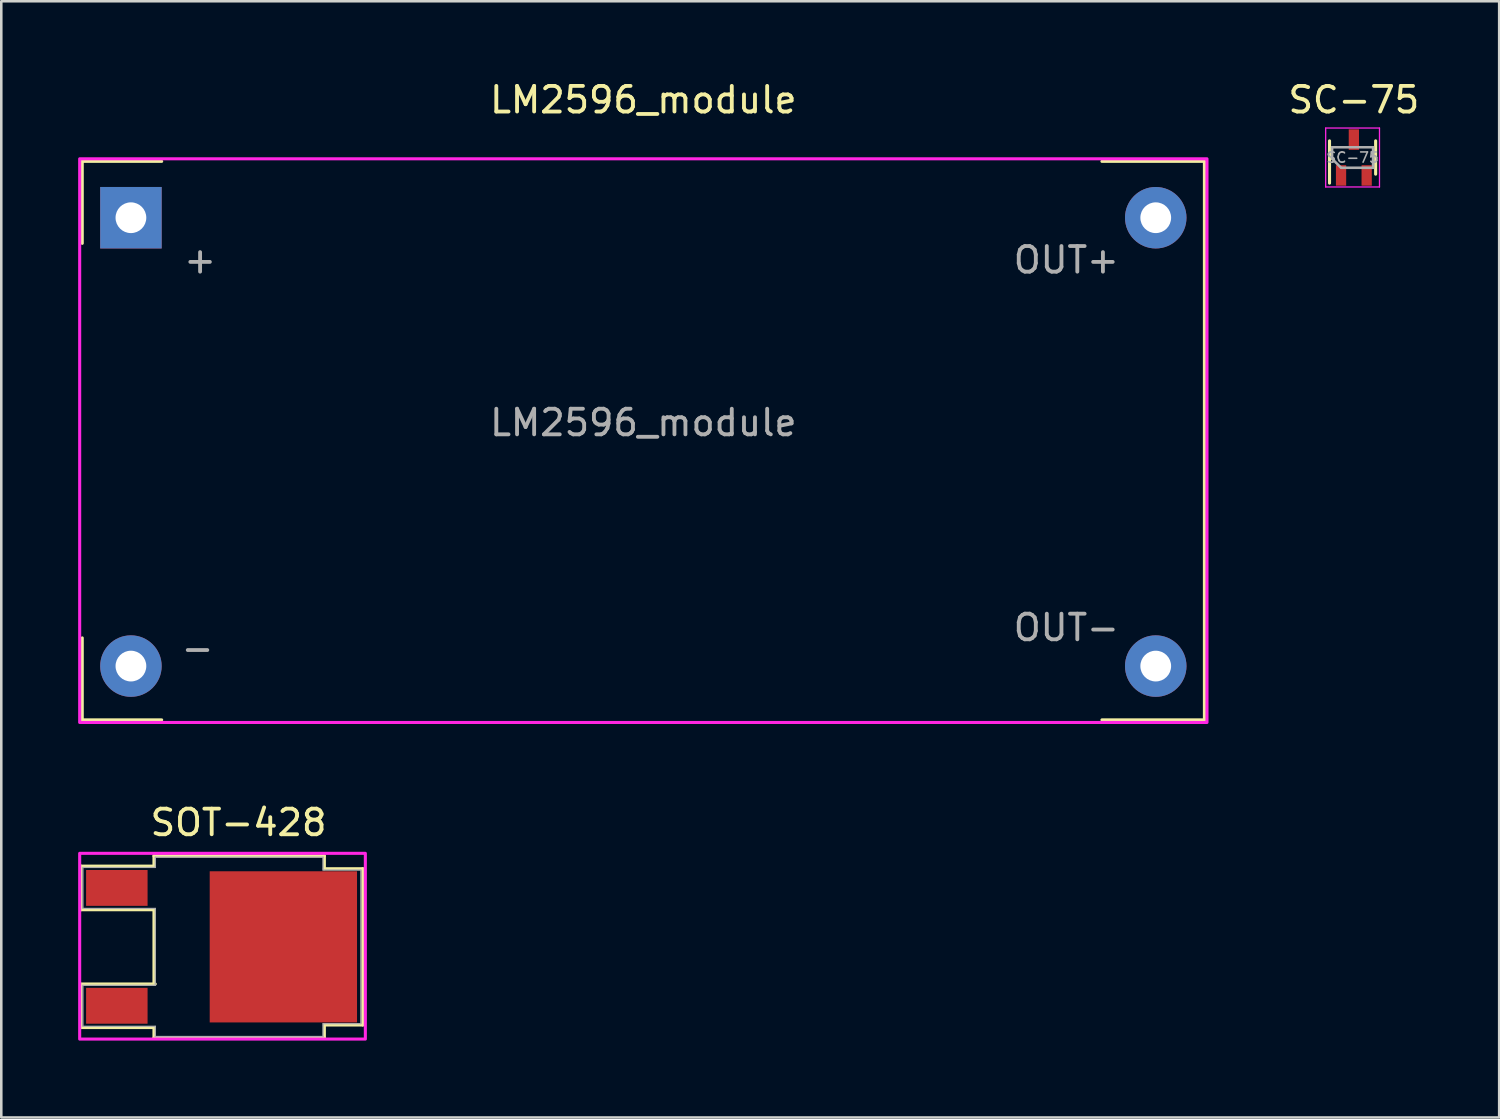
<source format=kicad_pcb>
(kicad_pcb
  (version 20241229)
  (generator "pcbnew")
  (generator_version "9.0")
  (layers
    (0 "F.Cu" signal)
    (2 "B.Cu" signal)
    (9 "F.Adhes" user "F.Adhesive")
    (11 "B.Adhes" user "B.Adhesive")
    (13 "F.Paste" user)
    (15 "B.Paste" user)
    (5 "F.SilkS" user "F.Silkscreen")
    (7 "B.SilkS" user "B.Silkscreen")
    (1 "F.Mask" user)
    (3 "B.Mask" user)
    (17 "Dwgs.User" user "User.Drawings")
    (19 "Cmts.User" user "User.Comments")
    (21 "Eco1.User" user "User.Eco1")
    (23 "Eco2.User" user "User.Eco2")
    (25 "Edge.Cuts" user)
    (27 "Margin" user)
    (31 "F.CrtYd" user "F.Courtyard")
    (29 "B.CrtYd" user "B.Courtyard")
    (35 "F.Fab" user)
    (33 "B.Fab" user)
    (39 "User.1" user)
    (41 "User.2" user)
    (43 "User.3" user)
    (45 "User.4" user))
  (footprint "LM2596_module"
    (layer "F.Cu")
    (at 22.06 13.448)
    (property "Reference" "LM2596_module" (at 0 -12.6 0) (unlocked yes) (layer "F.SilkS") (effects (font (size 1 1) (thickness 0.15))))
    (attr through_hole)
    (fp_line (start -21.9 -10.2) (end -21.9 -7) (stroke (width 0.12) (type solid)) (layer "F.SilkS"))
    (fp_line (start -21.9 8.4) (end -21.9 11.6) (stroke (width 0.12) (type solid)) (layer "F.SilkS"))
    (fp_line (start -18.8 -10.2) (end -21.9 -10.2) (stroke (width 0.12) (type solid)) (layer "F.SilkS"))
    (fp_line (start -18.8 11.6) (end -21.9 11.6) (stroke (width 0.12) (type solid)) (layer "F.SilkS"))
    (fp_line (start 17.9 -10.2) (end 21.9 -10.2) (stroke (width 0.12) (type solid)) (layer "F.SilkS"))
    (fp_line (start 21.9 -10.2) (end 21.9 11.6) (stroke (width 0.12) (type solid)) (layer "F.SilkS"))
    (fp_line (start 21.9 11.6) (end 17.9 11.6) (stroke (width 0.12) (type solid)) (layer "F.SilkS"))
    (fp_rect (start -22 -10.3) (end 22 11.7) (stroke (width 0.12) (type solid)) (fill no) (layer "F.CrtYd"))
    (fp_text user "-" (at -17.4 8.8 0) (unlocked yes) (layer "F.Fab") (effects (font (size 1 1) (thickness 0.15))))
    (fp_text user "OUT+" (at 16.51 -6.35 0) (unlocked yes) (layer "F.Fab") (effects (font (size 1 1) (thickness 0.15))))
    (fp_text user "${REFERENCE}" (at 0 0 0) (unlocked yes) (layer "F.Fab") (effects (font (size 1 1) (thickness 0.15))))
    (fp_text user "OUT-" (at 16.51 8 0) (unlocked yes) (layer "F.Fab") (effects (font (size 1 1) (thickness 0.15))))
    (fp_text user "+" (at -17.3 -6.35 0) (unlocked yes) (layer "F.Fab") (effects (font (size 1 1) (thickness 0.15))))
    (pad "1" thru_hole rect (at -20 -8) (size 2.4 2.4) (drill 1.2) (layers "*.Cu" "*.Mask"))
    (pad "2" thru_hole circle (at -20 9.5) (size 2.4 2.4) (drill 1.2) (layers "*.Cu" "*.Mask"))
    (pad "3" thru_hole circle (at 20 -8) (size 2.4 2.4) (drill 1.2) (layers "*.Cu" "*.Mask"))
    (pad "4" thru_hole circle (at 20 9.5) (size 2.4 2.4) (drill 1.2) (layers "*.Cu" "*.Mask")))
  (footprint "SC-75"
    (layer "F.Cu")
    (at 49.793 3.098)
    (property "Reference" "SC-75" (at 0 -2.25 0) (unlocked yes) (layer "F.SilkS") (effects (font (size 1 1) (thickness 0.15))))
    (attr smd)
    (fp_line (start -0.95 1) (end -0.95 -0.65) (stroke (width 0.12) (type solid)) (layer "F.SilkS"))
    (fp_line (start 0.85 -0.65) (end 0.85 0.65) (stroke (width 0.12) (type solid)) (layer "F.SilkS"))
    (fp_line (start -1.1 1.15) (end -1.1 -1.15) (stroke (width 0.05) (type solid)) (layer "F.CrtYd"))
    (fp_line (start -1.1 1.15) (end 1 1.15) (stroke (width 0.05) (type solid)) (layer "F.CrtYd"))
    (fp_line (start 1 -1.15) (end -1.1 -1.15) (stroke (width 0.05) (type solid)) (layer "F.CrtYd"))
    (fp_line (start 1 -1.15) (end 1 1.15) (stroke (width 0.05) (type solid)) (layer "F.CrtYd"))
    (fp_line (start -0.85 -0.4) (end -0.85 0.05) (stroke (width 0.1) (type solid)) (layer "F.Fab"))
    (fp_line (start -0.5 0.4) (end -0.85 0.05) (stroke (width 0.1) (type solid)) (layer "F.Fab"))
    (fp_line (start -0.5 0.4) (end 0.75 0.4) (stroke (width 0.1) (type solid)) (layer "F.Fab"))
    (fp_line (start 0.75 -0.4) (end -0.85 -0.4) (stroke (width 0.1) (type solid)) (layer "F.Fab"))
    (fp_line (start 0.75 0.4) (end 0.75 -0.4) (stroke (width 0.1) (type solid)) (layer "F.Fab"))
    (fp_text user "${REFERENCE}" (at -0.05 0 0) (layer "F.Fab") (effects (font (size 0.4 0.4) (thickness 0.062))))
    (pad "1" smd rect (at -0.5 0.7 270) (size 0.8 0.4) (layers "F.Cu" "F.Mask" "F.Paste"))
    (pad "2" smd rect (at 0.5 0.7 270) (size 0.8 0.4) (layers "F.Cu" "F.Mask" "F.Paste"))
    (pad "3" smd rect (at 0 -0.7 270) (size 0.8 0.4) (layers "F.Cu" "F.Mask" "F.Paste")))
  (footprint "SOT-428"
    (layer "F.Cu")
    (at 6.31 33.907)
    (property "Reference" "SOT-428" (at -0.05 -4.85 0) (unlocked yes) (layer "F.SilkS") (effects (font (size 1 1) (thickness 0.15))))
    (attr smd)
    (fp_line (start -6.2 -3.15) (end -3.35 -3.15) (stroke (width 0.12) (type solid)) (layer "F.SilkS"))
    (fp_line (start -6.2 -1.45) (end -6.2 -3.15) (stroke (width 0.12) (type solid)) (layer "F.SilkS"))
    (fp_line (start -6.2 -1.45) (end -3.35 -1.45) (stroke (width 0.12) (type solid)) (layer "F.SilkS"))
    (fp_line (start -6.2 3.15) (end -6.2 1.45) (stroke (width 0.12) (type solid)) (layer "F.SilkS"))
    (fp_line (start -6.2 3.15) (end -3.35 3.15) (stroke (width 0.12) (type solid)) (layer "F.SilkS"))
    (fp_line (start -6.15 1.45) (end -3.3 1.45) (stroke (width 0.12) (type solid)) (layer "F.SilkS"))
    (fp_line (start -3.35 -3.55) (end 3.3 -3.55) (stroke (width 0.12) (type solid)) (layer "F.SilkS"))
    (fp_line (start -3.35 -3.15) (end -3.35 -3.55) (stroke (width 0.12) (type solid)) (layer "F.SilkS"))
    (fp_line (start -3.35 1.45) (end -3.35 -1.45) (stroke (width 0.12) (type solid)) (layer "F.SilkS"))
    (fp_line (start -3.35 3.55) (end -3.35 3.15) (stroke (width 0.12) (type solid)) (layer "F.SilkS"))
    (fp_line (start -3.35 3.55) (end 3.3 3.55) (stroke (width 0.12) (type solid)) (layer "F.SilkS"))
    (fp_line (start 3.3 -3.05) (end 3.3 -3.55) (stroke (width 0.12) (type solid)) (layer "F.SilkS"))
    (fp_line (start 3.3 -3.05) (end 4.8 -3.05) (stroke (width 0.12) (type solid)) (layer "F.SilkS"))
    (fp_line (start 3.3 3.05) (end 4.8 3.05) (stroke (width 0.12) (type solid)) (layer "F.SilkS"))
    (fp_line (start 3.3 3.55) (end 3.3 3.05) (stroke (width 0.12) (type solid)) (layer "F.SilkS"))
    (fp_line (start 4.8 3.05) (end 4.8 -3.05) (stroke (width 0.12) (type solid)) (layer "F.SilkS"))
    (fp_rect (start 4.9 -3.65) (end -6.25 3.6) (stroke (width 0.12) (type solid)) (fill no) (layer "F.CrtYd"))
    (fp_line (start -6.125 -3.1) (end -3.3 -3.1) (stroke (width 0.05) (type solid)) (layer "F.Fab"))
    (fp_line (start -6.125 -1.5) (end -6.125 -3.1) (stroke (width 0.05) (type solid)) (layer "F.Fab"))
    (fp_line (start -6.125 -1.5) (end -3.3 -1.5) (stroke (width 0.05) (type solid)) (layer "F.Fab"))
    (fp_line (start -6.125 1.5) (end -3.3 1.5) (stroke (width 0.05) (type solid)) (layer "F.Fab"))
    (fp_line (start -6.125 3.1) (end -6.125 1.5) (stroke (width 0.05) (type solid)) (layer "F.Fab"))
    (fp_line (start -6.125 3.1) (end -3.3 3.1) (stroke (width 0.05) (type solid)) (layer "F.Fab"))
    (fp_line (start -3.3 -3.5) (end 3.25 -3.5) (stroke (width 0.05) (type solid)) (layer "F.Fab"))
    (fp_line (start -3.3 -3.1) (end -3.3 -3.5) (stroke (width 0.05) (type solid)) (layer "F.Fab"))
    (fp_line (start -3.3 -1.5) (end -3.3 1.5) (stroke (width 0.05) (type solid)) (layer "F.Fab"))
    (fp_line (start -3.3 3.5) (end -3.3 3.1) (stroke (width 0.05) (type solid)) (layer "F.Fab"))
    (fp_line (start 3.25 -3.5) (end 3.25 -3) (stroke (width 0.05) (type solid)) (layer "F.Fab"))
    (fp_line (start 3.25 -3) (end 4.725 -3) (stroke (width 0.05) (type solid)) (layer "F.Fab"))
    (fp_line (start 3.25 3) (end 3.25 3.5) (stroke (width 0.05) (type solid)) (layer "F.Fab"))
    (fp_line (start 3.25 3.5) (end -3.3 3.5) (stroke (width 0.05) (type solid)) (layer "F.Fab"))
    (fp_line (start 4.725 -3) (end 4.725 3) (stroke (width 0.05) (type solid)) (layer "F.Fab"))
    (fp_line (start 4.725 3) (end 3.25 3) (stroke (width 0.05) (type solid)) (layer "F.Fab"))
    (pad "1" smd rect (at -4.8 -2.3) (size 2.4 1.4) (layers "F.Cu" "F.Mask" "F.Paste"))
    (pad "2" smd rect (at 1.7 0) (size 5.75 5.9) (layers "F.Cu" "F.Mask" "F.Paste"))
    (pad "3" smd rect (at -4.8 2.3) (size 2.4 1.4) (layers "F.Cu" "F.Mask" "F.Paste")))
  (gr_rect
    (start -3 -3)
    (end 55.465 40.566)
    (stroke (width 0.1) (type default))
    (fill no)
    (layer "Edge.Cuts")))
</source>
